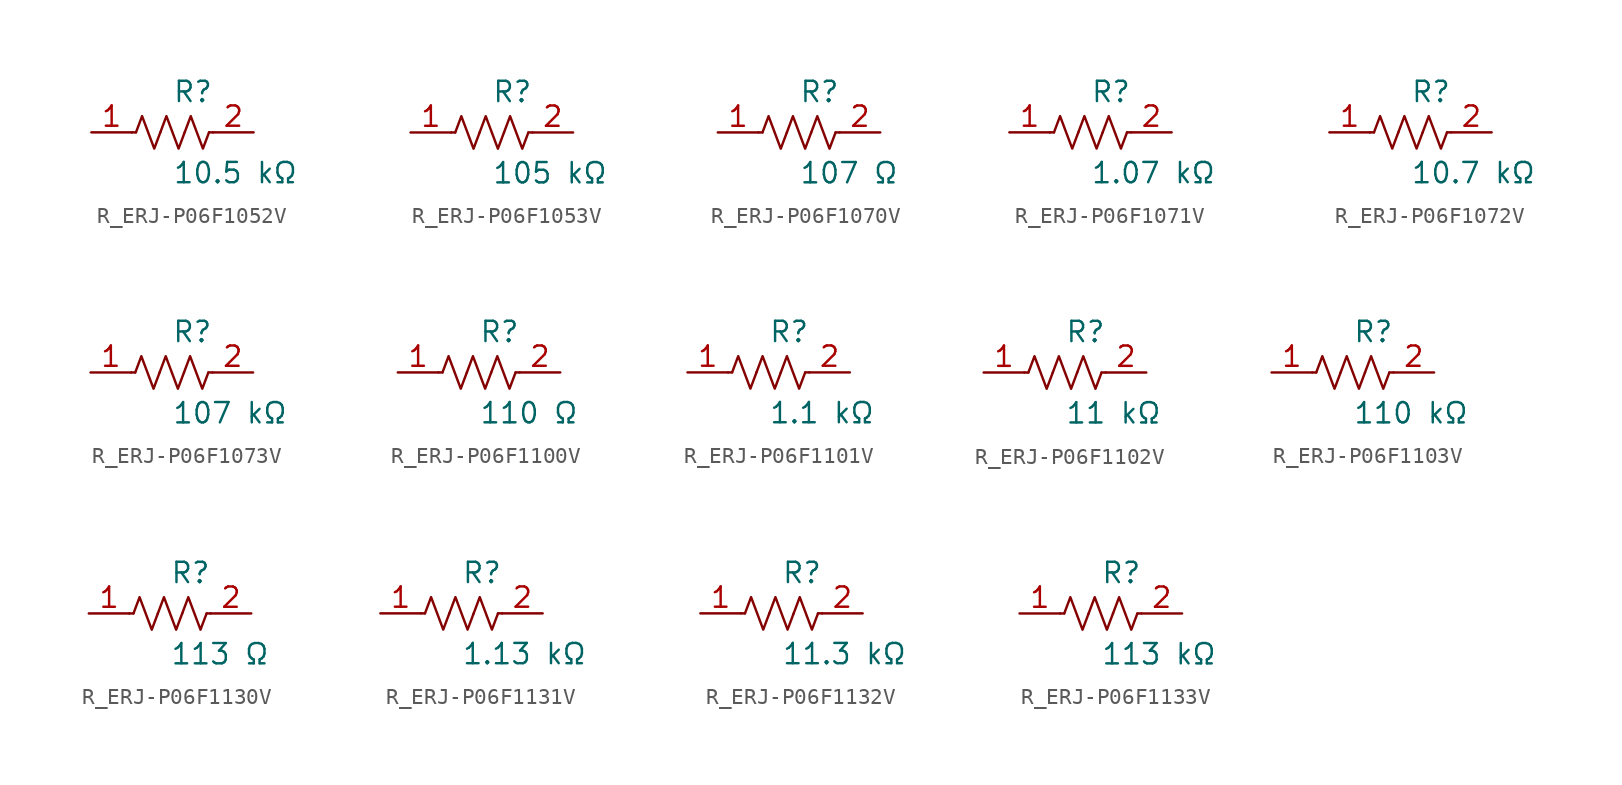
<source format=kicad_sym>
(kicad_symbol_lib
  (version 20231120)
  (generator kicad_symbol_editor)
  (generator_version 8.0)
  (symbol "R_ERJ-P06F1052V"
    (pin_names
      (offset 0.254))
    (property "Reference" "R"
      (at 0 2.54 0)
      (effects (font (size 1.27 1.27)) (justify left)))
    (property "Value" "10.5 kΩ"
      (at 0 -2.54 0)
      (effects (font (size 1.27 1.27)) (justify left)))
    (symbol "R_ERJ-P06F1052V_0_1"
      (polyline (pts (xy 2.286 0) (xy 2.54 0)) (stroke (width 0) (type default)) (fill (type none)))
      (polyline (pts (xy -2.286 0) (xy -2.54 0)) (stroke (width 0) (type default)) (fill (type none)))
      (polyline (pts (xy 0.762 0) (xy 1.143 1.016) (xy 1.524 0) (xy 1.905 -1.016) (xy 2.286 0)) (stroke (width 0) (type default)) (fill (type none)))
      (polyline (pts (xy -0.762 0) (xy -0.381 1.016) (xy 0 0) (xy 0.381 -1.016) (xy 0.762 0)) (stroke (width 0) (type default)) (fill (type none)))
      (polyline (pts (xy -2.286 0) (xy -1.905 1.016) (xy -1.524 0) (xy -1.143 -1.016) (xy -0.762 0)) (stroke (width 0) (type default)) (fill (type none))))
    (pin passive line
      (at -5.08 0 0)
      (length 2.54)
      (name "" (effects (font (size 1.27 1.27))))
      (number "1" (effects (font (size 1.27 1.27)))))
    (pin passive line
      (at 5.08 0 180)
      (length 2.54)
      (name "" (effects (font (size 1.27 1.27))))
      (number "2" (effects (font (size 1.27 1.27))))))
  (symbol "R_ERJ-P06F1053V"
    (pin_names
      (offset 0.254))
    (property "Reference" "R"
      (at 0 2.54 0)
      (effects (font (size 1.27 1.27)) (justify left)))
    (property "Value" "105 kΩ"
      (at 0 -2.54 0)
      (effects (font (size 1.27 1.27)) (justify left)))
    (symbol "R_ERJ-P06F1053V_0_1"
      (polyline (pts (xy 2.286 0) (xy 2.54 0)) (stroke (width 0) (type default)) (fill (type none)))
      (polyline (pts (xy -2.286 0) (xy -2.54 0)) (stroke (width 0) (type default)) (fill (type none)))
      (polyline (pts (xy 0.762 0) (xy 1.143 1.016) (xy 1.524 0) (xy 1.905 -1.016) (xy 2.286 0)) (stroke (width 0) (type default)) (fill (type none)))
      (polyline (pts (xy -0.762 0) (xy -0.381 1.016) (xy 0 0) (xy 0.381 -1.016) (xy 0.762 0)) (stroke (width 0) (type default)) (fill (type none)))
      (polyline (pts (xy -2.286 0) (xy -1.905 1.016) (xy -1.524 0) (xy -1.143 -1.016) (xy -0.762 0)) (stroke (width 0) (type default)) (fill (type none))))
    (pin passive line
      (at -5.08 0 0)
      (length 2.54)
      (name "" (effects (font (size 1.27 1.27))))
      (number "1" (effects (font (size 1.27 1.27)))))
    (pin passive line
      (at 5.08 0 180)
      (length 2.54)
      (name "" (effects (font (size 1.27 1.27))))
      (number "2" (effects (font (size 1.27 1.27))))))
  (symbol "R_ERJ-P06F1070V"
    (pin_names
      (offset 0.254))
    (property "Reference" "R"
      (at 0 2.54 0)
      (effects (font (size 1.27 1.27)) (justify left)))
    (property "Value" "107 Ω"
      (at 0 -2.54 0)
      (effects (font (size 1.27 1.27)) (justify left)))
    (symbol "R_ERJ-P06F1070V_0_1"
      (polyline (pts (xy 2.286 0) (xy 2.54 0)) (stroke (width 0) (type default)) (fill (type none)))
      (polyline (pts (xy -2.286 0) (xy -2.54 0)) (stroke (width 0) (type default)) (fill (type none)))
      (polyline (pts (xy 0.762 0) (xy 1.143 1.016) (xy 1.524 0) (xy 1.905 -1.016) (xy 2.286 0)) (stroke (width 0) (type default)) (fill (type none)))
      (polyline (pts (xy -0.762 0) (xy -0.381 1.016) (xy 0 0) (xy 0.381 -1.016) (xy 0.762 0)) (stroke (width 0) (type default)) (fill (type none)))
      (polyline (pts (xy -2.286 0) (xy -1.905 1.016) (xy -1.524 0) (xy -1.143 -1.016) (xy -0.762 0)) (stroke (width 0) (type default)) (fill (type none))))
    (pin passive line
      (at -5.08 0 0)
      (length 2.54)
      (name "" (effects (font (size 1.27 1.27))))
      (number "1" (effects (font (size 1.27 1.27)))))
    (pin passive line
      (at 5.08 0 180)
      (length 2.54)
      (name "" (effects (font (size 1.27 1.27))))
      (number "2" (effects (font (size 1.27 1.27))))))
  (symbol "R_ERJ-P06F1071V"
    (pin_names
      (offset 0.254))
    (property "Reference" "R"
      (at 0 2.54 0)
      (effects (font (size 1.27 1.27)) (justify left)))
    (property "Value" "1.07 kΩ"
      (at 0 -2.54 0)
      (effects (font (size 1.27 1.27)) (justify left)))
    (symbol "R_ERJ-P06F1071V_0_1"
      (polyline (pts (xy 2.286 0) (xy 2.54 0)) (stroke (width 0) (type default)) (fill (type none)))
      (polyline (pts (xy -2.286 0) (xy -2.54 0)) (stroke (width 0) (type default)) (fill (type none)))
      (polyline (pts (xy 0.762 0) (xy 1.143 1.016) (xy 1.524 0) (xy 1.905 -1.016) (xy 2.286 0)) (stroke (width 0) (type default)) (fill (type none)))
      (polyline (pts (xy -0.762 0) (xy -0.381 1.016) (xy 0 0) (xy 0.381 -1.016) (xy 0.762 0)) (stroke (width 0) (type default)) (fill (type none)))
      (polyline (pts (xy -2.286 0) (xy -1.905 1.016) (xy -1.524 0) (xy -1.143 -1.016) (xy -0.762 0)) (stroke (width 0) (type default)) (fill (type none))))
    (pin passive line
      (at -5.08 0 0)
      (length 2.54)
      (name "" (effects (font (size 1.27 1.27))))
      (number "1" (effects (font (size 1.27 1.27)))))
    (pin passive line
      (at 5.08 0 180)
      (length 2.54)
      (name "" (effects (font (size 1.27 1.27))))
      (number "2" (effects (font (size 1.27 1.27))))))
  (symbol "R_ERJ-P06F1072V"
    (pin_names
      (offset 0.254))
    (property "Reference" "R"
      (at 0 2.54 0)
      (effects (font (size 1.27 1.27)) (justify left)))
    (property "Value" "10.7 kΩ"
      (at 0 -2.54 0)
      (effects (font (size 1.27 1.27)) (justify left)))
    (symbol "R_ERJ-P06F1072V_0_1"
      (polyline (pts (xy 2.286 0) (xy 2.54 0)) (stroke (width 0) (type default)) (fill (type none)))
      (polyline (pts (xy -2.286 0) (xy -2.54 0)) (stroke (width 0) (type default)) (fill (type none)))
      (polyline (pts (xy 0.762 0) (xy 1.143 1.016) (xy 1.524 0) (xy 1.905 -1.016) (xy 2.286 0)) (stroke (width 0) (type default)) (fill (type none)))
      (polyline (pts (xy -0.762 0) (xy -0.381 1.016) (xy 0 0) (xy 0.381 -1.016) (xy 0.762 0)) (stroke (width 0) (type default)) (fill (type none)))
      (polyline (pts (xy -2.286 0) (xy -1.905 1.016) (xy -1.524 0) (xy -1.143 -1.016) (xy -0.762 0)) (stroke (width 0) (type default)) (fill (type none))))
    (pin passive line
      (at -5.08 0 0)
      (length 2.54)
      (name "" (effects (font (size 1.27 1.27))))
      (number "1" (effects (font (size 1.27 1.27)))))
    (pin passive line
      (at 5.08 0 180)
      (length 2.54)
      (name "" (effects (font (size 1.27 1.27))))
      (number "2" (effects (font (size 1.27 1.27))))))
  (symbol "R_ERJ-P06F1073V"
    (pin_names
      (offset 0.254))
    (property "Reference" "R"
      (at 0 2.54 0)
      (effects (font (size 1.27 1.27)) (justify left)))
    (property "Value" "107 kΩ"
      (at 0 -2.54 0)
      (effects (font (size 1.27 1.27)) (justify left)))
    (symbol "R_ERJ-P06F1073V_0_1"
      (polyline (pts (xy 2.286 0) (xy 2.54 0)) (stroke (width 0) (type default)) (fill (type none)))
      (polyline (pts (xy -2.286 0) (xy -2.54 0)) (stroke (width 0) (type default)) (fill (type none)))
      (polyline (pts (xy 0.762 0) (xy 1.143 1.016) (xy 1.524 0) (xy 1.905 -1.016) (xy 2.286 0)) (stroke (width 0) (type default)) (fill (type none)))
      (polyline (pts (xy -0.762 0) (xy -0.381 1.016) (xy 0 0) (xy 0.381 -1.016) (xy 0.762 0)) (stroke (width 0) (type default)) (fill (type none)))
      (polyline (pts (xy -2.286 0) (xy -1.905 1.016) (xy -1.524 0) (xy -1.143 -1.016) (xy -0.762 0)) (stroke (width 0) (type default)) (fill (type none))))
    (pin passive line
      (at -5.08 0 0)
      (length 2.54)
      (name "" (effects (font (size 1.27 1.27))))
      (number "1" (effects (font (size 1.27 1.27)))))
    (pin passive line
      (at 5.08 0 180)
      (length 2.54)
      (name "" (effects (font (size 1.27 1.27))))
      (number "2" (effects (font (size 1.27 1.27))))))
  (symbol "R_ERJ-P06F1100V"
    (pin_names
      (offset 0.254))
    (property "Reference" "R"
      (at 0 2.54 0)
      (effects (font (size 1.27 1.27)) (justify left)))
    (property "Value" "110 Ω"
      (at 0 -2.54 0)
      (effects (font (size 1.27 1.27)) (justify left)))
    (symbol "R_ERJ-P06F1100V_0_1"
      (polyline (pts (xy 2.286 0) (xy 2.54 0)) (stroke (width 0) (type default)) (fill (type none)))
      (polyline (pts (xy -2.286 0) (xy -2.54 0)) (stroke (width 0) (type default)) (fill (type none)))
      (polyline (pts (xy 0.762 0) (xy 1.143 1.016) (xy 1.524 0) (xy 1.905 -1.016) (xy 2.286 0)) (stroke (width 0) (type default)) (fill (type none)))
      (polyline (pts (xy -0.762 0) (xy -0.381 1.016) (xy 0 0) (xy 0.381 -1.016) (xy 0.762 0)) (stroke (width 0) (type default)) (fill (type none)))
      (polyline (pts (xy -2.286 0) (xy -1.905 1.016) (xy -1.524 0) (xy -1.143 -1.016) (xy -0.762 0)) (stroke (width 0) (type default)) (fill (type none))))
    (pin passive line
      (at -5.08 0 0)
      (length 2.54)
      (name "" (effects (font (size 1.27 1.27))))
      (number "1" (effects (font (size 1.27 1.27)))))
    (pin passive line
      (at 5.08 0 180)
      (length 2.54)
      (name "" (effects (font (size 1.27 1.27))))
      (number "2" (effects (font (size 1.27 1.27))))))
  (symbol "R_ERJ-P06F1101V"
    (pin_names
      (offset 0.254))
    (property "Reference" "R"
      (at 0 2.54 0)
      (effects (font (size 1.27 1.27)) (justify left)))
    (property "Value" "1.1 kΩ"
      (at 0 -2.54 0)
      (effects (font (size 1.27 1.27)) (justify left)))
    (symbol "R_ERJ-P06F1101V_0_1"
      (polyline (pts (xy 2.286 0) (xy 2.54 0)) (stroke (width 0) (type default)) (fill (type none)))
      (polyline (pts (xy -2.286 0) (xy -2.54 0)) (stroke (width 0) (type default)) (fill (type none)))
      (polyline (pts (xy 0.762 0) (xy 1.143 1.016) (xy 1.524 0) (xy 1.905 -1.016) (xy 2.286 0)) (stroke (width 0) (type default)) (fill (type none)))
      (polyline (pts (xy -0.762 0) (xy -0.381 1.016) (xy 0 0) (xy 0.381 -1.016) (xy 0.762 0)) (stroke (width 0) (type default)) (fill (type none)))
      (polyline (pts (xy -2.286 0) (xy -1.905 1.016) (xy -1.524 0) (xy -1.143 -1.016) (xy -0.762 0)) (stroke (width 0) (type default)) (fill (type none))))
    (pin passive line
      (at -5.08 0 0)
      (length 2.54)
      (name "" (effects (font (size 1.27 1.27))))
      (number "1" (effects (font (size 1.27 1.27)))))
    (pin passive line
      (at 5.08 0 180)
      (length 2.54)
      (name "" (effects (font (size 1.27 1.27))))
      (number "2" (effects (font (size 1.27 1.27))))))
  (symbol "R_ERJ-P06F1102V"
    (pin_names
      (offset 0.254))
    (property "Reference" "R"
      (at 0 2.54 0)
      (effects (font (size 1.27 1.27)) (justify left)))
    (property "Value" "11 kΩ"
      (at 0 -2.54 0)
      (effects (font (size 1.27 1.27)) (justify left)))
    (symbol "R_ERJ-P06F1102V_0_1"
      (polyline (pts (xy 2.286 0) (xy 2.54 0)) (stroke (width 0) (type default)) (fill (type none)))
      (polyline (pts (xy -2.286 0) (xy -2.54 0)) (stroke (width 0) (type default)) (fill (type none)))
      (polyline (pts (xy 0.762 0) (xy 1.143 1.016) (xy 1.524 0) (xy 1.905 -1.016) (xy 2.286 0)) (stroke (width 0) (type default)) (fill (type none)))
      (polyline (pts (xy -0.762 0) (xy -0.381 1.016) (xy 0 0) (xy 0.381 -1.016) (xy 0.762 0)) (stroke (width 0) (type default)) (fill (type none)))
      (polyline (pts (xy -2.286 0) (xy -1.905 1.016) (xy -1.524 0) (xy -1.143 -1.016) (xy -0.762 0)) (stroke (width 0) (type default)) (fill (type none))))
    (pin passive line
      (at -5.08 0 0)
      (length 2.54)
      (name "" (effects (font (size 1.27 1.27))))
      (number "1" (effects (font (size 1.27 1.27)))))
    (pin passive line
      (at 5.08 0 180)
      (length 2.54)
      (name "" (effects (font (size 1.27 1.27))))
      (number "2" (effects (font (size 1.27 1.27))))))
  (symbol "R_ERJ-P06F1103V"
    (pin_names
      (offset 0.254))
    (property "Reference" "R"
      (at 0 2.54 0)
      (effects (font (size 1.27 1.27)) (justify left)))
    (property "Value" "110 kΩ"
      (at 0 -2.54 0)
      (effects (font (size 1.27 1.27)) (justify left)))
    (symbol "R_ERJ-P06F1103V_0_1"
      (polyline (pts (xy 2.286 0) (xy 2.54 0)) (stroke (width 0) (type default)) (fill (type none)))
      (polyline (pts (xy -2.286 0) (xy -2.54 0)) (stroke (width 0) (type default)) (fill (type none)))
      (polyline (pts (xy 0.762 0) (xy 1.143 1.016) (xy 1.524 0) (xy 1.905 -1.016) (xy 2.286 0)) (stroke (width 0) (type default)) (fill (type none)))
      (polyline (pts (xy -0.762 0) (xy -0.381 1.016) (xy 0 0) (xy 0.381 -1.016) (xy 0.762 0)) (stroke (width 0) (type default)) (fill (type none)))
      (polyline (pts (xy -2.286 0) (xy -1.905 1.016) (xy -1.524 0) (xy -1.143 -1.016) (xy -0.762 0)) (stroke (width 0) (type default)) (fill (type none))))
    (pin passive line
      (at -5.08 0 0)
      (length 2.54)
      (name "" (effects (font (size 1.27 1.27))))
      (number "1" (effects (font (size 1.27 1.27)))))
    (pin passive line
      (at 5.08 0 180)
      (length 2.54)
      (name "" (effects (font (size 1.27 1.27))))
      (number "2" (effects (font (size 1.27 1.27))))))
  (symbol "R_ERJ-P06F1130V"
    (pin_names
      (offset 0.254))
    (property "Reference" "R"
      (at 0 2.54 0)
      (effects (font (size 1.27 1.27)) (justify left)))
    (property "Value" "113 Ω"
      (at 0 -2.54 0)
      (effects (font (size 1.27 1.27)) (justify left)))
    (symbol "R_ERJ-P06F1130V_0_1"
      (polyline (pts (xy 2.286 0) (xy 2.54 0)) (stroke (width 0) (type default)) (fill (type none)))
      (polyline (pts (xy -2.286 0) (xy -2.54 0)) (stroke (width 0) (type default)) (fill (type none)))
      (polyline (pts (xy 0.762 0) (xy 1.143 1.016) (xy 1.524 0) (xy 1.905 -1.016) (xy 2.286 0)) (stroke (width 0) (type default)) (fill (type none)))
      (polyline (pts (xy -0.762 0) (xy -0.381 1.016) (xy 0 0) (xy 0.381 -1.016) (xy 0.762 0)) (stroke (width 0) (type default)) (fill (type none)))
      (polyline (pts (xy -2.286 0) (xy -1.905 1.016) (xy -1.524 0) (xy -1.143 -1.016) (xy -0.762 0)) (stroke (width 0) (type default)) (fill (type none))))
    (pin passive line
      (at -5.08 0 0)
      (length 2.54)
      (name "" (effects (font (size 1.27 1.27))))
      (number "1" (effects (font (size 1.27 1.27)))))
    (pin passive line
      (at 5.08 0 180)
      (length 2.54)
      (name "" (effects (font (size 1.27 1.27))))
      (number "2" (effects (font (size 1.27 1.27))))))
  (symbol "R_ERJ-P06F1131V"
    (pin_names
      (offset 0.254))
    (property "Reference" "R"
      (at 0 2.54 0)
      (effects (font (size 1.27 1.27)) (justify left)))
    (property "Value" "1.13 kΩ"
      (at 0 -2.54 0)
      (effects (font (size 1.27 1.27)) (justify left)))
    (symbol "R_ERJ-P06F1131V_0_1"
      (polyline (pts (xy 2.286 0) (xy 2.54 0)) (stroke (width 0) (type default)) (fill (type none)))
      (polyline (pts (xy -2.286 0) (xy -2.54 0)) (stroke (width 0) (type default)) (fill (type none)))
      (polyline (pts (xy 0.762 0) (xy 1.143 1.016) (xy 1.524 0) (xy 1.905 -1.016) (xy 2.286 0)) (stroke (width 0) (type default)) (fill (type none)))
      (polyline (pts (xy -0.762 0) (xy -0.381 1.016) (xy 0 0) (xy 0.381 -1.016) (xy 0.762 0)) (stroke (width 0) (type default)) (fill (type none)))
      (polyline (pts (xy -2.286 0) (xy -1.905 1.016) (xy -1.524 0) (xy -1.143 -1.016) (xy -0.762 0)) (stroke (width 0) (type default)) (fill (type none))))
    (pin passive line
      (at -5.08 0 0)
      (length 2.54)
      (name "" (effects (font (size 1.27 1.27))))
      (number "1" (effects (font (size 1.27 1.27)))))
    (pin passive line
      (at 5.08 0 180)
      (length 2.54)
      (name "" (effects (font (size 1.27 1.27))))
      (number "2" (effects (font (size 1.27 1.27))))))
  (symbol "R_ERJ-P06F1132V"
    (pin_names
      (offset 0.254))
    (property "Reference" "R"
      (at 0 2.54 0)
      (effects (font (size 1.27 1.27)) (justify left)))
    (property "Value" "11.3 kΩ"
      (at 0 -2.54 0)
      (effects (font (size 1.27 1.27)) (justify left)))
    (symbol "R_ERJ-P06F1132V_0_1"
      (polyline (pts (xy 2.286 0) (xy 2.54 0)) (stroke (width 0) (type default)) (fill (type none)))
      (polyline (pts (xy -2.286 0) (xy -2.54 0)) (stroke (width 0) (type default)) (fill (type none)))
      (polyline (pts (xy 0.762 0) (xy 1.143 1.016) (xy 1.524 0) (xy 1.905 -1.016) (xy 2.286 0)) (stroke (width 0) (type default)) (fill (type none)))
      (polyline (pts (xy -0.762 0) (xy -0.381 1.016) (xy 0 0) (xy 0.381 -1.016) (xy 0.762 0)) (stroke (width 0) (type default)) (fill (type none)))
      (polyline (pts (xy -2.286 0) (xy -1.905 1.016) (xy -1.524 0) (xy -1.143 -1.016) (xy -0.762 0)) (stroke (width 0) (type default)) (fill (type none))))
    (pin passive line
      (at -5.08 0 0)
      (length 2.54)
      (name "" (effects (font (size 1.27 1.27))))
      (number "1" (effects (font (size 1.27 1.27)))))
    (pin passive line
      (at 5.08 0 180)
      (length 2.54)
      (name "" (effects (font (size 1.27 1.27))))
      (number "2" (effects (font (size 1.27 1.27))))))
  (symbol "R_ERJ-P06F1133V"
    (pin_names
      (offset 0.254))
    (property "Reference" "R"
      (at 0 2.54 0)
      (effects (font (size 1.27 1.27)) (justify left)))
    (property "Value" "113 kΩ"
      (at 0 -2.54 0)
      (effects (font (size 1.27 1.27)) (justify left)))
    (symbol "R_ERJ-P06F1133V_0_1"
      (polyline (pts (xy 2.286 0) (xy 2.54 0)) (stroke (width 0) (type default)) (fill (type none)))
      (polyline (pts (xy -2.286 0) (xy -2.54 0)) (stroke (width 0) (type default)) (fill (type none)))
      (polyline (pts (xy 0.762 0) (xy 1.143 1.016) (xy 1.524 0) (xy 1.905 -1.016) (xy 2.286 0)) (stroke (width 0) (type default)) (fill (type none)))
      (polyline (pts (xy -0.762 0) (xy -0.381 1.016) (xy 0 0) (xy 0.381 -1.016) (xy 0.762 0)) (stroke (width 0) (type default)) (fill (type none)))
      (polyline (pts (xy -2.286 0) (xy -1.905 1.016) (xy -1.524 0) (xy -1.143 -1.016) (xy -0.762 0)) (stroke (width 0) (type default)) (fill (type none))))
    (pin passive line
      (at -5.08 0 0)
      (length 2.54)
      (name "" (effects (font (size 1.27 1.27))))
      (number "1" (effects (font (size 1.27 1.27)))))
    (pin passive line
      (at 5.08 0 180)
      (length 2.54)
      (name "" (effects (font (size 1.27 1.27))))
      (number "2" (effects (font (size 1.27 1.27)))))))
</source>
